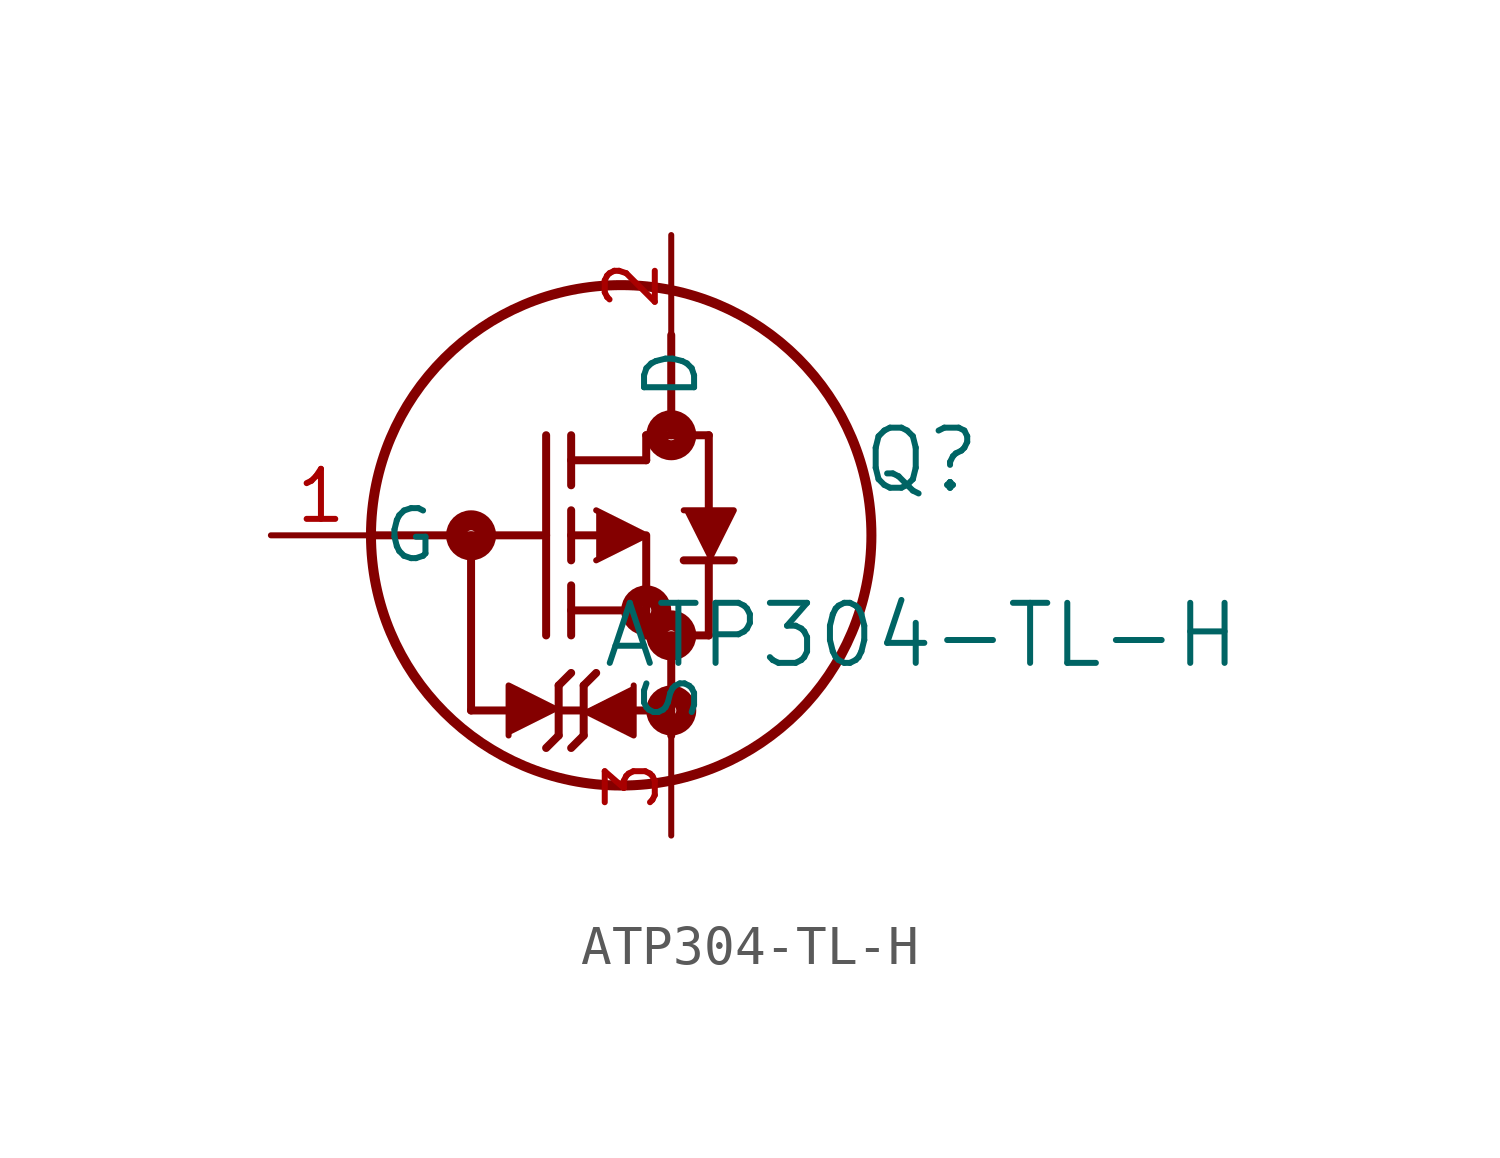
<source format=kicad_sym>
(kicad_symbol_lib
  (version 20211014)
  (generator kicad_symbol_editor)
  (symbol "ATP304-TL-H"
    (pin_names
      (offset 0.254))
    (property "Reference" "Q"
      (at 16.51 1.905 0)
      (effects (font (size 1.524 1.524))))
    (property "Value" "ATP304-TL-H"
      (at 16.51 -2.54 0)
      (effects (font (size 1.524 1.524))))
    (symbol "ATP304-TL-H_0_1"
      (circle (center 10.16 2.54) (radius 0.127) (stroke (width 0.508) (type default) (color 0 0 0 0)) (fill (type none)))
      (circle (center 10.16 -2.54) (radius 0.127) (stroke (width 0.508) (type default) (color 0 0 0 0)) (fill (type none)))
      (circle (center 9.525 -1.905) (radius 0.127) (stroke (width 0.508) (type default) (color 0 0 0 0)) (fill (type none)))
      (circle (center 8.89 0) (radius 6.35) (stroke (width 0.254) (type default) (color 0 0 0 0)) (fill (type none)))
      (polyline (pts (xy 2.54 0) (xy 6.985 0)) (stroke (width 0.203) (type default) (color 0 0 0 0)) (fill (type none)))
      (polyline (pts (xy 6.985 -2.54) (xy 6.985 2.54)) (stroke (width 0.203) (type default) (color 0 0 0 0)) (fill (type none)))
      (polyline (pts (xy 7.62 -0.635) (xy 7.62 0.635)) (stroke (width 0.203) (type default) (color 0 0 0 0)) (fill (type none)))
      (polyline (pts (xy 7.62 -2.54) (xy 7.62 -1.27)) (stroke (width 0.203) (type default) (color 0 0 0 0)) (fill (type none)))
      (polyline (pts (xy 7.62 1.27) (xy 7.62 2.54)) (stroke (width 0.203) (type default) (color 0 0 0 0)) (fill (type none)))
      (polyline (pts (xy 8.255 0) (xy 7.62 0)) (stroke (width 0.203) (type default) (color 0 0 0 0)) (fill (type none)))
      (polyline (pts (xy 7.62 -1.905) (xy 9.525 -1.905)) (stroke (width 0.203) (type default) (color 0 0 0 0)) (fill (type none)))
      (polyline (pts (xy 9.525 -2.54) (xy 9.525 0)) (stroke (width 0.203) (type default) (color 0 0 0 0)) (fill (type none)))
      (polyline (pts (xy 9.525 -2.54) (xy 11.113 -2.54)) (stroke (width 0.203) (type default) (color 0 0 0 0)) (fill (type none)))
      (polyline (pts (xy 7.62 1.905) (xy 9.525 1.905)) (stroke (width 0.203) (type default) (color 0 0 0 0)) (fill (type none)))
      (polyline (pts (xy 11.113 0.635) (xy 11.113 2.54)) (stroke (width 0.203) (type default) (color 0 0 0 0)) (fill (type none)))
      (polyline (pts (xy 11.113 -2.54) (xy 11.113 -0.635)) (stroke (width 0.203) (type default) (color 0 0 0 0)) (fill (type none)))
      (polyline (pts (xy 10.477 -0.635) (xy 11.748 -0.635)) (stroke (width 0.203) (type default) (color 0 0 0 0)) (fill (type none)))
      (polyline (pts (xy 9.525 2.54) (xy 11.113 2.54)) (stroke (width 0.203) (type default) (color 0 0 0 0)) (fill (type none)))
      (polyline (pts (xy 9.525 1.905) (xy 9.525 2.54)) (stroke (width 0.203) (type default) (color 0 0 0 0)) (fill (type none)))
      (polyline (pts (xy 8.255 -0.635) (xy 9.525 0) (xy 8.255 0.635)) (stroke (width 0) (type default) (color 0 0 0 0)) (fill (type outline)))
      (polyline (pts (xy 10.477 0.635) (xy 11.748 0.635) (xy 11.113 -0.635)) (stroke (width 0) (type default) (color 0 0 0 0)) (fill (type outline)))
      (polyline (pts (xy 10.16 2.54) (xy 10.16 5.08)) (stroke (width 0.203) (type default) (color 0 0 0 0)) (fill (type none)))
      (polyline (pts (xy 10.16 -5.08) (xy 10.16 -2.54)) (stroke (width 0.203) (type default) (color 0 0 0 0)) (fill (type none)))
      (polyline (pts (xy 5.08 0) (xy 5.08 -4.445)) (stroke (width 0.203) (type default) (color 0 0 0 0)) (fill (type none)))
      (polyline (pts (xy 5.08 -4.445) (xy 6.032 -4.445)) (stroke (width 0.203) (type default) (color 0 0 0 0)) (fill (type none)))
      (circle (center 10.16 -4.445) (radius 0.127) (stroke (width 0.508) (type default) (color 0 0 0 0)) (fill (type none)))
      (polyline (pts (xy 9.207 -3.81) (xy 9.207 -5.08) (xy 7.938 -4.445)) (stroke (width 0) (type default) (color 0 0 0 0)) (fill (type outline)))
      (polyline (pts (xy 7.303 -5.08) (xy 7.303 -3.81)) (stroke (width 0.203) (type default) (color 0 0 0 0)) (fill (type none)))
      (polyline (pts (xy 7.303 -3.81) (xy 7.62 -3.493)) (stroke (width 0.203) (type default) (color 0 0 0 0)) (fill (type none)))
      (circle (center 5.08 0) (radius 0.127) (stroke (width 0.508) (type default) (color 0 0 0 0)) (fill (type none)))
      (polyline (pts (xy 7.303 -5.08) (xy 6.985 -5.397)) (stroke (width 0.203) (type default) (color 0 0 0 0)) (fill (type none)))
      (polyline (pts (xy 6.032 -5.08) (xy 6.032 -3.81) (xy 7.303 -4.445)) (stroke (width 0) (type default) (color 0 0 0 0)) (fill (type outline)))
      (polyline (pts (xy 9.207 -4.445) (xy 10.16 -4.445)) (stroke (width 0.203) (type default) (color 0 0 0 0)) (fill (type none)))
      (polyline (pts (xy 7.938 -5.08) (xy 7.938 -3.81)) (stroke (width 0.203) (type default) (color 0 0 0 0)) (fill (type none)))
      (polyline (pts (xy 7.938 -3.81) (xy 8.255 -3.493)) (stroke (width 0.203) (type default) (color 0 0 0 0)) (fill (type none)))
      (polyline (pts (xy 7.938 -5.08) (xy 7.62 -5.397)) (stroke (width 0.203) (type default) (color 0 0 0 0)) (fill (type none)))
      (polyline (pts (xy 7.303 -4.445) (xy 7.938 -4.445)) (stroke (width 0.203) (type default) (color 0 0 0 0)) (fill (type none)))
      (pin unspecified line (at 0 0 0) (length 2.54) (name "G" (effects (font (size 1.27 1.27)))) (number "1" (effects (font (size 1.27 1.27)))))
      (pin unspecified line (at 10.16 7.62 270) (length 2.54) (name "D" (effects (font (size 1.27 1.27)))) (number "2" (effects (font (size 1.27 1.27)))))
      (pin unspecified line (at 10.16 -7.62 90) (length 2.54) (name "S" (effects (font (size 1.27 1.27)))) (number "3" (effects (font (size 1.27 1.27))))))))
</source>
